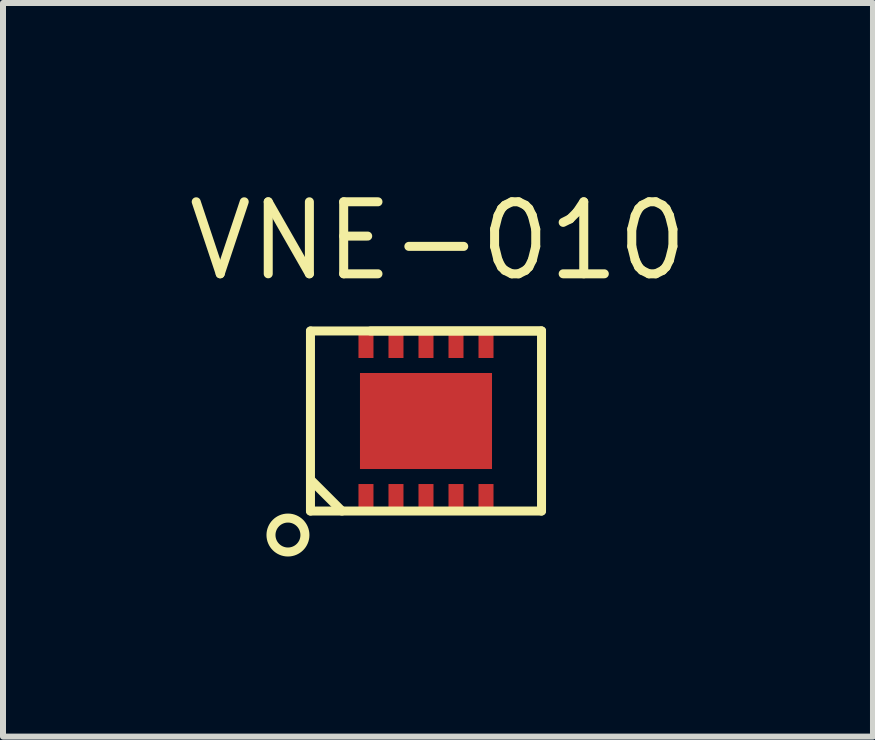
<source format=kicad_pcb>
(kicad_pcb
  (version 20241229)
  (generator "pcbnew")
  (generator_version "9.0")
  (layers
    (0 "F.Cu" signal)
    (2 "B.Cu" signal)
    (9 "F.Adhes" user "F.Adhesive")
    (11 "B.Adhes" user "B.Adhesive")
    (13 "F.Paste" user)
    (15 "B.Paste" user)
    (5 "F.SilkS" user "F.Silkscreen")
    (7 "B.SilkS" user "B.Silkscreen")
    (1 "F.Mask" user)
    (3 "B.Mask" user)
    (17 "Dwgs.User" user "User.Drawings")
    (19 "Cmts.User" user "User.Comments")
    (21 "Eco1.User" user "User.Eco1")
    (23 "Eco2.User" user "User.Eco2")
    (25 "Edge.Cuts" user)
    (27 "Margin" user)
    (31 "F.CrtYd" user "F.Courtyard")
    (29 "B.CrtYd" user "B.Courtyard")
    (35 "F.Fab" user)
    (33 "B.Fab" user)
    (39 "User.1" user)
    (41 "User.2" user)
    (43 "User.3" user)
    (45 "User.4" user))
  (footprint "VNE-010"
    (layer "F.Cu")
    (at 4.048 3.965)
    (property "Reference" "VNE-010" (at 0.2 -3 180) (layer "F.SilkS") (effects (font (size 1.2 1.2) (thickness 0.15))))
    (attr through_hole)
    (fp_line (start -1.925 -1.5) (end -1.925 1.5) (stroke (width 0.15) (type solid)) (layer "F.SilkS"))
    (fp_line (start -1.925 1.5) (end 1.925 1.5) (stroke (width 0.15) (type solid)) (layer "F.SilkS"))
    (fp_line (start -1.9 1) (end -1.4 1.5) (stroke (width 0.15) (type solid)) (layer "F.SilkS"))
    (fp_line (start 1.925 -1.5) (end -1.925 -1.5) (stroke (width 0.15) (type solid)) (layer "F.SilkS"))
    (fp_line (start 1.925 -1.5) (end -0.925 -1.5) (stroke (width 0.15) (type solid)) (layer "F.SilkS"))
    (fp_line (start 1.925 1.5) (end 1.925 -1.5) (stroke (width 0.15) (type solid)) (layer "F.SilkS"))
    (fp_circle (center -2.3 1.9) (end -2.1 2.1) (stroke (width 0.15) (type solid)) (fill no) (layer "F.SilkS"))
    (pad "0" smd rect (at 0 0) (size 2.2 1.6) (layers "F.Cu" "F.Mask" "F.Paste"))
    (pad "1" smd rect (at -1 1.3) (size 0.25 0.5) (layers "F.Cu" "F.Mask" "F.Paste"))
    (pad "2" smd rect (at -0.5 1.3) (size 0.25 0.5) (layers "F.Cu" "F.Mask" "F.Paste"))
    (pad "3" smd rect (at 0 1.3) (size 0.25 0.5) (layers "F.Cu" "F.Mask" "F.Paste"))
    (pad "4" smd rect (at 0.5 1.3) (size 0.25 0.5) (layers "F.Cu" "F.Mask" "F.Paste"))
    (pad "5" smd rect (at 1 1.3) (size 0.25 0.5) (layers "F.Cu" "F.Mask" "F.Paste"))
    (pad "6" smd rect (at 1 -1.3) (size 0.25 0.5) (layers "F.Cu" "F.Mask" "F.Paste"))
    (pad "7" smd rect (at 0.5 -1.3) (size 0.25 0.5) (layers "F.Cu" "F.Mask" "F.Paste"))
    (pad "8" smd rect (at 0 -1.3) (size 0.25 0.5) (layers "F.Cu" "F.Mask" "F.Paste"))
    (pad "9" smd rect (at -0.5 -1.3) (size 0.25 0.5) (layers "F.Cu" "F.Mask" "F.Paste"))
    (pad "10" smd rect (at -1 -1.3) (size 0.25 0.5) (layers "F.Cu" "F.Mask" "F.Paste")))
  (gr_rect
    (start -3 -3)
    (end 11.496 9.223)
    (stroke (width 0.1) (type default))
    (fill no)
    (layer "Edge.Cuts")))
</source>
